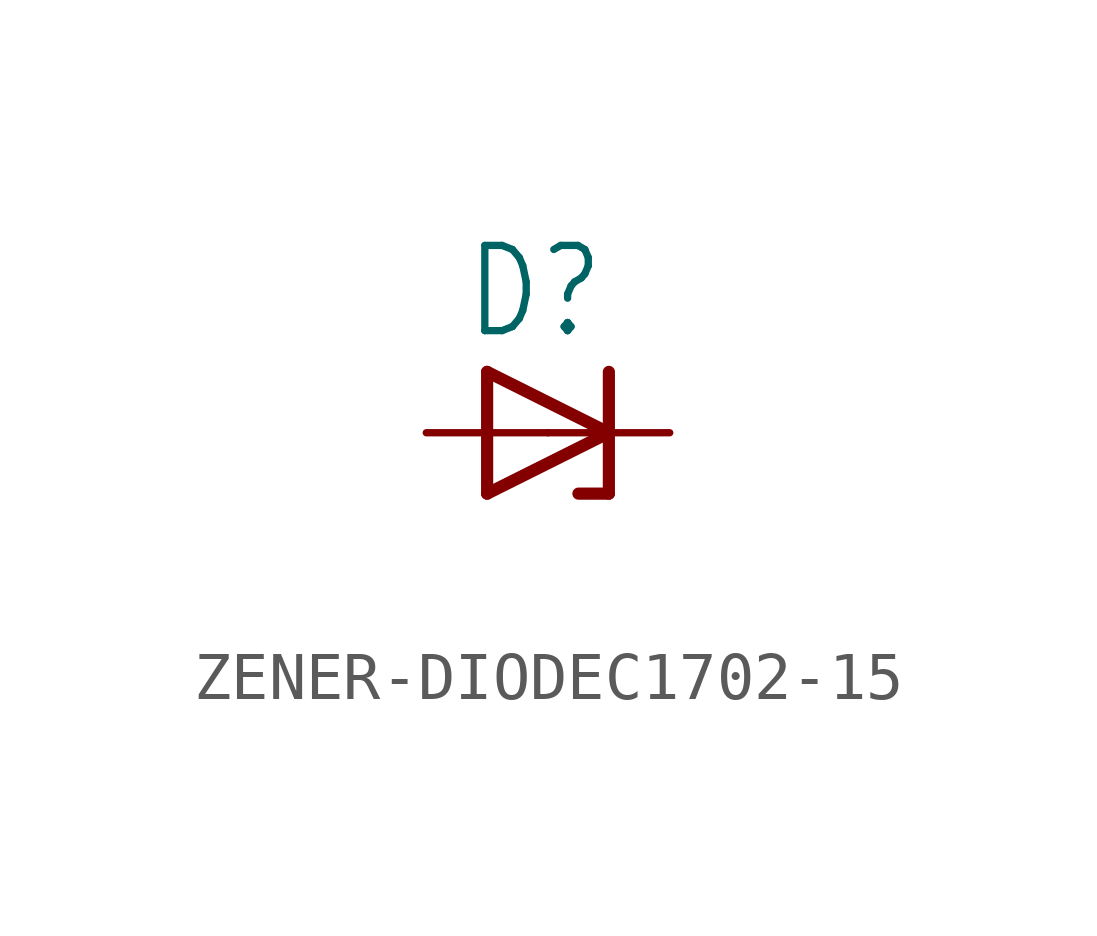
<source format=kicad_sym>
(kicad_symbol_lib
  (version 20231120)
  (generator "kicad_symbol_editor")
  (generator_version "8.0")
  (symbol "ZENER-DIODEC1702-15"
    (property "Reference" "D"
      (at -1.778 1.905 0)
      (effects (font (size 1.778 1.511)) (justify left bottom)))
    (property "Value" ""
      (at -1.778 -3.429 0)
      (effects (font (size 1.778 1.511)) (justify left bottom)))
    (property "ki_locked" ""
      (at 0 0 0)
      (effects (font (size 1.27 1.27))))
    (symbol "ZENER-DIODEC1702-15_1_0"
      (polyline (pts (xy -1.27 -1.27) (xy 1.27 0)) (stroke (width 0.254) (type solid)) (fill (type none)))
      (polyline (pts (xy -1.27 1.27) (xy -1.27 -1.27)) (stroke (width 0.254) (type solid)) (fill (type none)))
      (polyline (pts (xy 1.27 -1.27) (xy 0.635 -1.27)) (stroke (width 0.254) (type solid)) (fill (type none)))
      (polyline (pts (xy 1.27 0) (xy -1.27 1.27)) (stroke (width 0.254) (type solid)) (fill (type none)))
      (polyline (pts (xy 1.27 0) (xy 1.27 -1.27)) (stroke (width 0.254) (type solid)) (fill (type none)))
      (polyline (pts (xy 1.27 1.27) (xy 1.27 0)) (stroke (width 0.254) (type solid)) (fill (type none)))
      (pin passive line (at -2.54 0 0) (length 2.54) (name "A" (effects (font (size 0 0)))) (number "A" (effects (font (size 0 0)))))
      (pin passive line (at 2.54 0 180) (length 2.54) (name "C" (effects (font (size 0 0)))) (number "C" (effects (font (size 0 0))))))))
</source>
